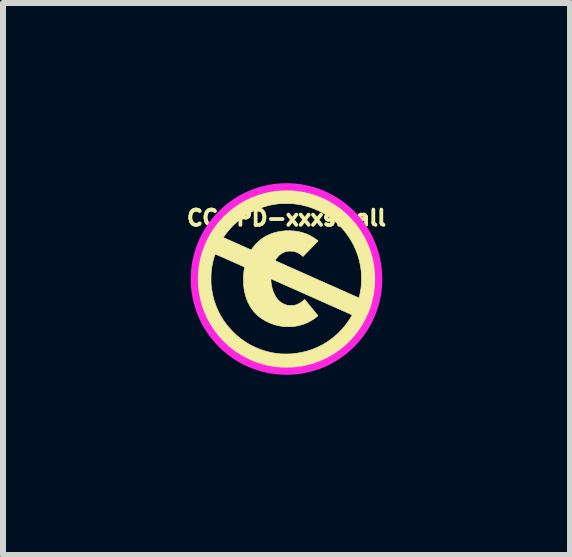
<source format=kicad_pcb>
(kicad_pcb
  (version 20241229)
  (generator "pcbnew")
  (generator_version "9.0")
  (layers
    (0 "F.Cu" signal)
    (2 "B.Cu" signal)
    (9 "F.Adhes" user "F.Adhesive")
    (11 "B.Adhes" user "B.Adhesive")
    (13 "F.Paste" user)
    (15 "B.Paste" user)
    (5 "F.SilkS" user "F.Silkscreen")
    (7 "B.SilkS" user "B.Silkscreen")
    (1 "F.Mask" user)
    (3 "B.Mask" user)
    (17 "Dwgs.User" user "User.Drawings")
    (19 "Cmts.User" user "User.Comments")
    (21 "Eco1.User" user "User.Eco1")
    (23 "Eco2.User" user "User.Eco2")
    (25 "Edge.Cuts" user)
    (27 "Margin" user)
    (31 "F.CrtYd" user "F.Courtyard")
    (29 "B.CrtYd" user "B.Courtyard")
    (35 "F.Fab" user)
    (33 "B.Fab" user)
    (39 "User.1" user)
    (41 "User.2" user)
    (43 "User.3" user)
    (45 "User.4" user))
  (footprint "CC-PD-xxxsmall"
    (layer "F.Cu")
    (at 1.721 1.596)
    (property "Reference" "CC-PD-xxxsmall" (at 0 -1.016 0) (layer "F.SilkS") (effects (font (size 0.254 0.254) (thickness 0.064))))
    (attr through_hole)
    (fp_poly (pts (xy 0.102 -1.545) (xy 0.197 -1.535) (xy 0.291 -1.52) (xy 0.375 -1.501) (xy 0.466 -1.475) (xy 0.556 -1.443) (xy 0.643 -1.406) (xy 0.728 -1.364) (xy 0.81 -1.316) (xy 0.89 -1.263) (xy 0.966 -1.205) (xy 1.039 -1.142) (xy 1.087 -1.096) (xy 1.153 -1.026) (xy 1.214 -0.952) (xy 1.27 -0.875) (xy 1.321 -0.796) (xy 1.367 -0.713) (xy 1.408 -0.629) (xy 1.443 -0.542) (xy 1.473 -0.453) (xy 1.497 -0.363) (xy 1.516 -0.271) (xy 1.53 -0.178) (xy 1.537 -0.084) (xy 1.539 0.011) (xy 1.535 0.106) (xy 1.526 0.202) (xy 1.513 0.279) (xy 1.494 0.369) (xy 1.468 0.458) (xy 1.438 0.546) (xy 1.402 0.633) (xy 1.361 0.716) (xy 1.315 0.797) (xy 1.265 0.874) (xy 1.255 0.887) (xy 1.196 0.965) (xy 1.133 1.038) (xy 1.066 1.107) (xy 0.995 1.171) (xy 0.921 1.23) (xy 0.844 1.285) (xy 0.764 1.335) (xy 0.68 1.379) (xy 0.595 1.419) (xy 0.506 1.453) (xy 0.416 1.481) (xy 0.323 1.504) (xy 0.229 1.522) (xy 0.191 1.527) (xy 0.139 1.532) (xy 0.083 1.536) (xy 0.026 1.539) (xy -0.03 1.539) (xy -0.084 1.538) (xy -0.115 1.536) (xy -0.209 1.526) (xy -0.303 1.511) (xy -0.396 1.489) (xy -0.487 1.462) (xy -0.577 1.429) (xy -0.665 1.391) (xy -0.689 1.379) (xy -0.775 1.332) (xy -0.858 1.282) (xy -0.936 1.226) (xy -1.01 1.166) (xy -1.081 1.102) (xy -1.148 1.032) (xy -1.211 0.958) (xy -1.264 0.887) (xy -1.29 0.85) (xy -1.314 0.814) (xy -1.336 0.777) (xy -1.358 0.738) (xy -1.38 0.696) (xy -1.391 0.674) (xy -1.43 0.588) (xy -1.464 0.5) (xy -1.492 0.411) (xy -1.514 0.32) (xy -1.531 0.229) (xy -1.542 0.137) (xy -1.548 0.044) (xy -1.548 0.026) (xy -1.258 0.026) (xy -1.257 0.057) (xy -1.256 0.083) (xy -1.255 0.089) (xy -1.245 0.178) (xy -1.229 0.264) (xy -1.208 0.348) (xy -1.181 0.429) (xy -1.149 0.508) (xy -1.111 0.585) (xy -1.104 0.598) (xy -1.059 0.673) (xy -1.009 0.744) (xy -0.955 0.811) (xy -0.897 0.874) (xy -0.836 0.933) (xy -0.771 0.987) (xy -0.702 1.037) (xy -0.63 1.082) (xy -0.556 1.121) (xy -0.479 1.156) (xy -0.399 1.186) (xy -0.317 1.21) (xy -0.233 1.229) (xy -0.148 1.242) (xy -0.094 1.247) (xy -0.081 1.247) (xy -0.063 1.248) (xy -0.041 1.248) (xy -0.018 1.248) (xy 0.007 1.248) (xy 0.031 1.248) (xy 0.054 1.247) (xy 0.073 1.247) (xy 0.088 1.246) (xy 0.092 1.246) (xy 0.18 1.235) (xy 0.266 1.219) (xy 0.35 1.198) (xy 0.432 1.171) (xy 0.511 1.138) (xy 0.588 1.101) (xy 0.661 1.058) (xy 0.732 1.01) (xy 0.799 0.957) (xy 0.863 0.9) (xy 0.923 0.838) (xy 0.98 0.771) (xy 1.032 0.7) (xy 1.04 0.688) (xy 1.051 0.672) (xy 1.061 0.656) (xy 1.07 0.64) (xy 1.079 0.626) (xy 1.085 0.614) (xy 1.09 0.605) (xy 1.092 0.599) (xy 1.092 0.598) (xy 1.089 0.597) (xy 1.081 0.593) (xy 1.068 0.587) (xy 1.05 0.579) (xy 1.028 0.569) (xy 1.002 0.557) (xy 0.972 0.544) (xy 0.938 0.529) (xy 0.901 0.512) (xy 0.861 0.495) (xy 0.819 0.476) (xy 0.774 0.456) (xy 0.727 0.435) (xy 0.678 0.413) (xy 0.628 0.391) (xy 0.623 0.389) (xy 0.569 0.364) (xy 0.513 0.34) (xy 0.458 0.315) (xy 0.402 0.29) (xy 0.347 0.266) (xy 0.294 0.242) (xy 0.241 0.219) (xy 0.191 0.196) (xy 0.143 0.175) (xy 0.098 0.155) (xy 0.057 0.137) (xy 0.019 0.12) (xy -0.014 0.105) (xy -0.042 0.093) (xy -0.051 0.089) (xy -0.084 0.074) (xy -0.115 0.06) (xy -0.145 0.047) (xy -0.172 0.035) (xy -0.196 0.024) (xy -0.217 0.015) (xy -0.234 0.007) (xy -0.247 0.002) (xy -0.255 -0.002) (xy -0.258 -0.003) (xy -0.258 -0.003) (xy -0.26 -0.000198) (xy -0.26 0.008) (xy -0.26 0.019) (xy -0.259 0.034) (xy -0.258 0.05) (xy -0.257 0.06) (xy -0.249 0.109) (xy -0.238 0.158) (xy -0.223 0.205) (xy -0.204 0.249) (xy -0.183 0.289) (xy -0.168 0.313) (xy -0.141 0.347) (xy -0.11 0.376) (xy -0.076 0.4) (xy -0.038 0.42) (xy -0.007 0.431) (xy 0.003 0.434) (xy 0.012 0.437) (xy 0.021 0.438) (xy 0.032 0.439) (xy 0.045 0.44) (xy 0.063 0.44) (xy 0.073 0.44) (xy 0.093 0.44) (xy 0.108 0.439) (xy 0.12 0.439) (xy 0.13 0.438) (xy 0.139 0.436) (xy 0.149 0.433) (xy 0.15 0.433) (xy 0.191 0.418) (xy 0.229 0.397) (xy 0.266 0.371) (xy 0.282 0.357) (xy 0.301 0.339) (xy 0.411 0.473) (xy 0.431 0.498) (xy 0.451 0.521) (xy 0.468 0.543) (xy 0.484 0.562) (xy 0.497 0.579) (xy 0.508 0.592) (xy 0.516 0.602) (xy 0.521 0.609) (xy 0.522 0.61) (xy 0.521 0.614) (xy 0.515 0.62) (xy 0.505 0.629) (xy 0.492 0.639) (xy 0.477 0.65) (xy 0.461 0.662) (xy 0.449 0.67) (xy 0.394 0.703) (xy 0.336 0.732) (xy 0.276 0.755) (xy 0.212 0.773) (xy 0.146 0.787) (xy 0.125 0.79) (xy 0.113 0.791) (xy 0.096 0.792) (xy 0.075 0.793) (xy 0.052 0.793) (xy 0.029 0.794) (xy 0.003 0.793) (xy -0.017 0.793) (xy -0.035 0.792) (xy -0.051 0.791) (xy -0.066 0.789) (xy -0.082 0.787) (xy -0.085 0.787) (xy -0.153 0.773) (xy -0.218 0.755) (xy -0.28 0.732) (xy -0.339 0.704) (xy -0.394 0.672) (xy -0.446 0.636) (xy -0.493 0.596) (xy -0.536 0.551) (xy -0.541 0.546) (xy -0.58 0.496) (xy -0.614 0.442) (xy -0.643 0.385) (xy -0.668 0.324) (xy -0.687 0.26) (xy -0.702 0.192) (xy -0.703 0.191) (xy -0.711 0.135) (xy -0.716 0.075) (xy -0.717 0.015) (xy -0.716 -0.046) (xy -0.712 -0.105) (xy -0.704 -0.161) (xy -0.703 -0.172) (xy -0.701 -0.184) (xy -0.7 -0.193) (xy -0.7 -0.199) (xy -0.701 -0.2) (xy -0.704 -0.201) (xy -0.712 -0.205) (xy -0.724 -0.211) (xy -0.741 -0.218) (xy -0.762 -0.227) (xy -0.785 -0.238) (xy -0.811 -0.25) (xy -0.839 -0.262) (xy -0.869 -0.275) (xy -0.9 -0.289) (xy -0.932 -0.303) (xy -0.963 -0.317) (xy -0.995 -0.331) (xy -1.025 -0.345) (xy -1.055 -0.358) (xy -1.082 -0.37) (xy -1.108 -0.381) (xy -1.13 -0.391) (xy -1.15 -0.4) (xy -1.165 -0.407) (xy -1.177 -0.412) (xy -1.183 -0.414) (xy -1.185 -0.415) (xy -1.188 -0.413) (xy -1.192 -0.405) (xy -1.197 -0.393) (xy -1.203 -0.376) (xy -1.208 -0.356) (xy -1.214 -0.334) (xy -1.221 -0.309) (xy -1.227 -0.282) (xy -1.232 -0.255) (xy -1.238 -0.228) (xy -1.243 -0.2) (xy -1.247 -0.174) (xy -1.249 -0.16) (xy -1.252 -0.136) (xy -1.254 -0.107) (xy -1.256 -0.075) (xy -1.257 -0.041) (xy -1.257 -0.007) (xy -1.258 0.026) (xy -1.548 0.026) (xy -1.548 -0.048) (xy -1.542 -0.14) (xy -1.532 -0.232) (xy -1.515 -0.323) (xy -1.493 -0.413) (xy -1.466 -0.501) (xy -1.434 -0.588) (xy -1.396 -0.674) (xy -1.387 -0.691) (xy -1.052 -0.691) (xy -1.052 -0.691) (xy -1.049 -0.69) (xy -1.041 -0.686) (xy -1.028 -0.68) (xy -1.011 -0.673) (xy -0.99 -0.663) (xy -0.966 -0.652) (xy -0.939 -0.64) (xy -0.908 -0.627) (xy -0.876 -0.612) (xy -0.842 -0.597) (xy -0.819 -0.587) (xy -0.588 -0.484) (xy -0.583 -0.491) (xy -0.579 -0.496) (xy -0.573 -0.504) (xy -0.565 -0.515) (xy -0.555 -0.528) (xy -0.555 -0.529) (xy -0.541 -0.546) (xy -0.524 -0.566) (xy -0.505 -0.587) (xy -0.485 -0.607) (xy -0.465 -0.627) (xy -0.446 -0.644) (xy -0.434 -0.654) (xy -0.383 -0.69) (xy -0.329 -0.721) (xy -0.272 -0.747) (xy -0.211 -0.769) (xy -0.148 -0.785) (xy -0.082 -0.796) (xy -0.013 -0.803) (xy 0.057 -0.804) (xy 0.065 -0.803) (xy 0.134 -0.799) (xy 0.2 -0.789) (xy 0.262 -0.774) (xy 0.322 -0.755) (xy 0.379 -0.73) (xy 0.434 -0.699) (xy 0.488 -0.663) (xy 0.492 -0.66) (xy 0.527 -0.634) (xy 0.497 -0.604) (xy 0.488 -0.595) (xy 0.476 -0.582) (xy 0.461 -0.567) (xy 0.444 -0.549) (xy 0.424 -0.529) (xy 0.404 -0.508) (xy 0.383 -0.487) (xy 0.371 -0.474) (xy 0.274 -0.375) (xy 0.259 -0.389) (xy 0.229 -0.413) (xy 0.197 -0.432) (xy 0.161 -0.448) (xy 0.127 -0.459) (xy 0.117 -0.461) (xy 0.105 -0.462) (xy 0.09 -0.463) (xy 0.071 -0.464) (xy 0.059 -0.464) (xy 0.04 -0.464) (xy 0.026 -0.463) (xy 0.014 -0.462) (xy 0.005 -0.461) (xy -0.005 -0.459) (xy -0.016 -0.456) (xy -0.016 -0.456) (xy -0.053 -0.441) (xy -0.087 -0.422) (xy -0.119 -0.398) (xy -0.147 -0.369) (xy -0.172 -0.335) (xy -0.191 -0.307) (xy -0.182 -0.303) (xy -0.174 -0.299) (xy -0.161 -0.293) (xy -0.143 -0.285) (xy -0.121 -0.275) (xy -0.094 -0.263) (xy -0.064 -0.25) (xy -0.031 -0.235) (xy 0.006 -0.218) (xy 0.046 -0.2) (xy 0.089 -0.181) (xy 0.134 -0.161) (xy 0.181 -0.14) (xy 0.229 -0.119) (xy 0.28 -0.096) (xy 0.331 -0.073) (xy 0.384 -0.05) (xy 0.437 -0.026) (xy 0.491 -0.002) (xy 0.544 0.022) (xy 0.598 0.045) (xy 0.651 0.069) (xy 0.703 0.092) (xy 0.755 0.115) (xy 0.805 0.137) (xy 0.853 0.159) (xy 0.899 0.179) (xy 0.944 0.199) (xy 0.986 0.218) (xy 1.025 0.235) (xy 1.061 0.251) (xy 1.094 0.265) (xy 1.123 0.278) (xy 1.148 0.289) (xy 1.169 0.299) (xy 1.186 0.306) (xy 1.198 0.311) (xy 1.205 0.314) (xy 1.207 0.315) (xy 1.208 0.311) (xy 1.211 0.303) (xy 1.214 0.292) (xy 1.217 0.28) (xy 1.227 0.228) (xy 1.237 0.173) (xy 1.242 0.138) (xy 1.244 0.117) (xy 1.245 0.091) (xy 1.247 0.062) (xy 1.247 0.03) (xy 1.248 -0.003) (xy 1.247 -0.036) (xy 1.247 -0.068) (xy 1.246 -0.098) (xy 1.244 -0.124) (xy 1.242 -0.146) (xy 1.242 -0.148) (xy 1.228 -0.236) (xy 1.209 -0.322) (xy 1.184 -0.405) (xy 1.153 -0.486) (xy 1.118 -0.564) (xy 1.076 -0.64) (xy 1.03 -0.712) (xy 0.979 -0.782) (xy 0.922 -0.848) (xy 0.881 -0.89) (xy 0.817 -0.95) (xy 0.75 -1.005) (xy 0.679 -1.055) (xy 0.606 -1.1) (xy 0.529 -1.139) (xy 0.45 -1.173) (xy 0.369 -1.202) (xy 0.285 -1.225) (xy 0.2 -1.242) (xy 0.125 -1.252) (xy 0.11 -1.254) (xy 0.089 -1.255) (xy 0.064 -1.256) (xy 0.037 -1.256) (xy 0.009 -1.256) (xy -0.02 -1.256) (xy -0.049 -1.256) (xy -0.075 -1.256) (xy -0.099 -1.255) (xy -0.119 -1.254) (xy -0.134 -1.252) (xy -0.135 -1.252) (xy -0.152 -1.25) (xy -0.172 -1.247) (xy -0.193 -1.244) (xy -0.206 -1.242) (xy -0.29 -1.226) (xy -0.372 -1.203) (xy -0.453 -1.176) (xy -0.531 -1.142) (xy -0.607 -1.104) (xy -0.68 -1.061) (xy -0.75 -1.012) (xy -0.816 -0.959) (xy -0.879 -0.902) (xy -0.938 -0.84) (xy -0.993 -0.774) (xy -1.03 -0.725) (xy -1.038 -0.713) (xy -1.045 -0.702) (xy -1.05 -0.695) (xy -1.052 -0.691) (xy -1.387 -0.691) (xy -1.353 -0.757) (xy -1.304 -0.837) (xy -1.251 -0.916) (xy -1.216 -0.962) (xy -1.154 -1.035) (xy -1.087 -1.104) (xy -1.018 -1.169) (xy -0.945 -1.229) (xy -0.869 -1.283) (xy -0.79 -1.333) (xy -0.709 -1.378) (xy -0.625 -1.418) (xy -0.539 -1.453) (xy -0.451 -1.482) (xy -0.362 -1.507) (xy -0.271 -1.525) (xy -0.179 -1.539) (xy -0.086 -1.546) (xy 0.008 -1.548) (xy 0.102 -1.545)) (stroke (width 0.01) (type solid)) (fill yes) (layer "F.SilkS"))
    (fp_circle (center 0 0) (end -1.333 0.762) (stroke (width 0.12) (type solid)) (fill no) (layer "F.CrtYd")))
  (gr_rect
    (start -3 -3)
    (end 6.442 6.192)
    (stroke (width 0.1) (type default))
    (fill no)
    (layer "Edge.Cuts")))
</source>
